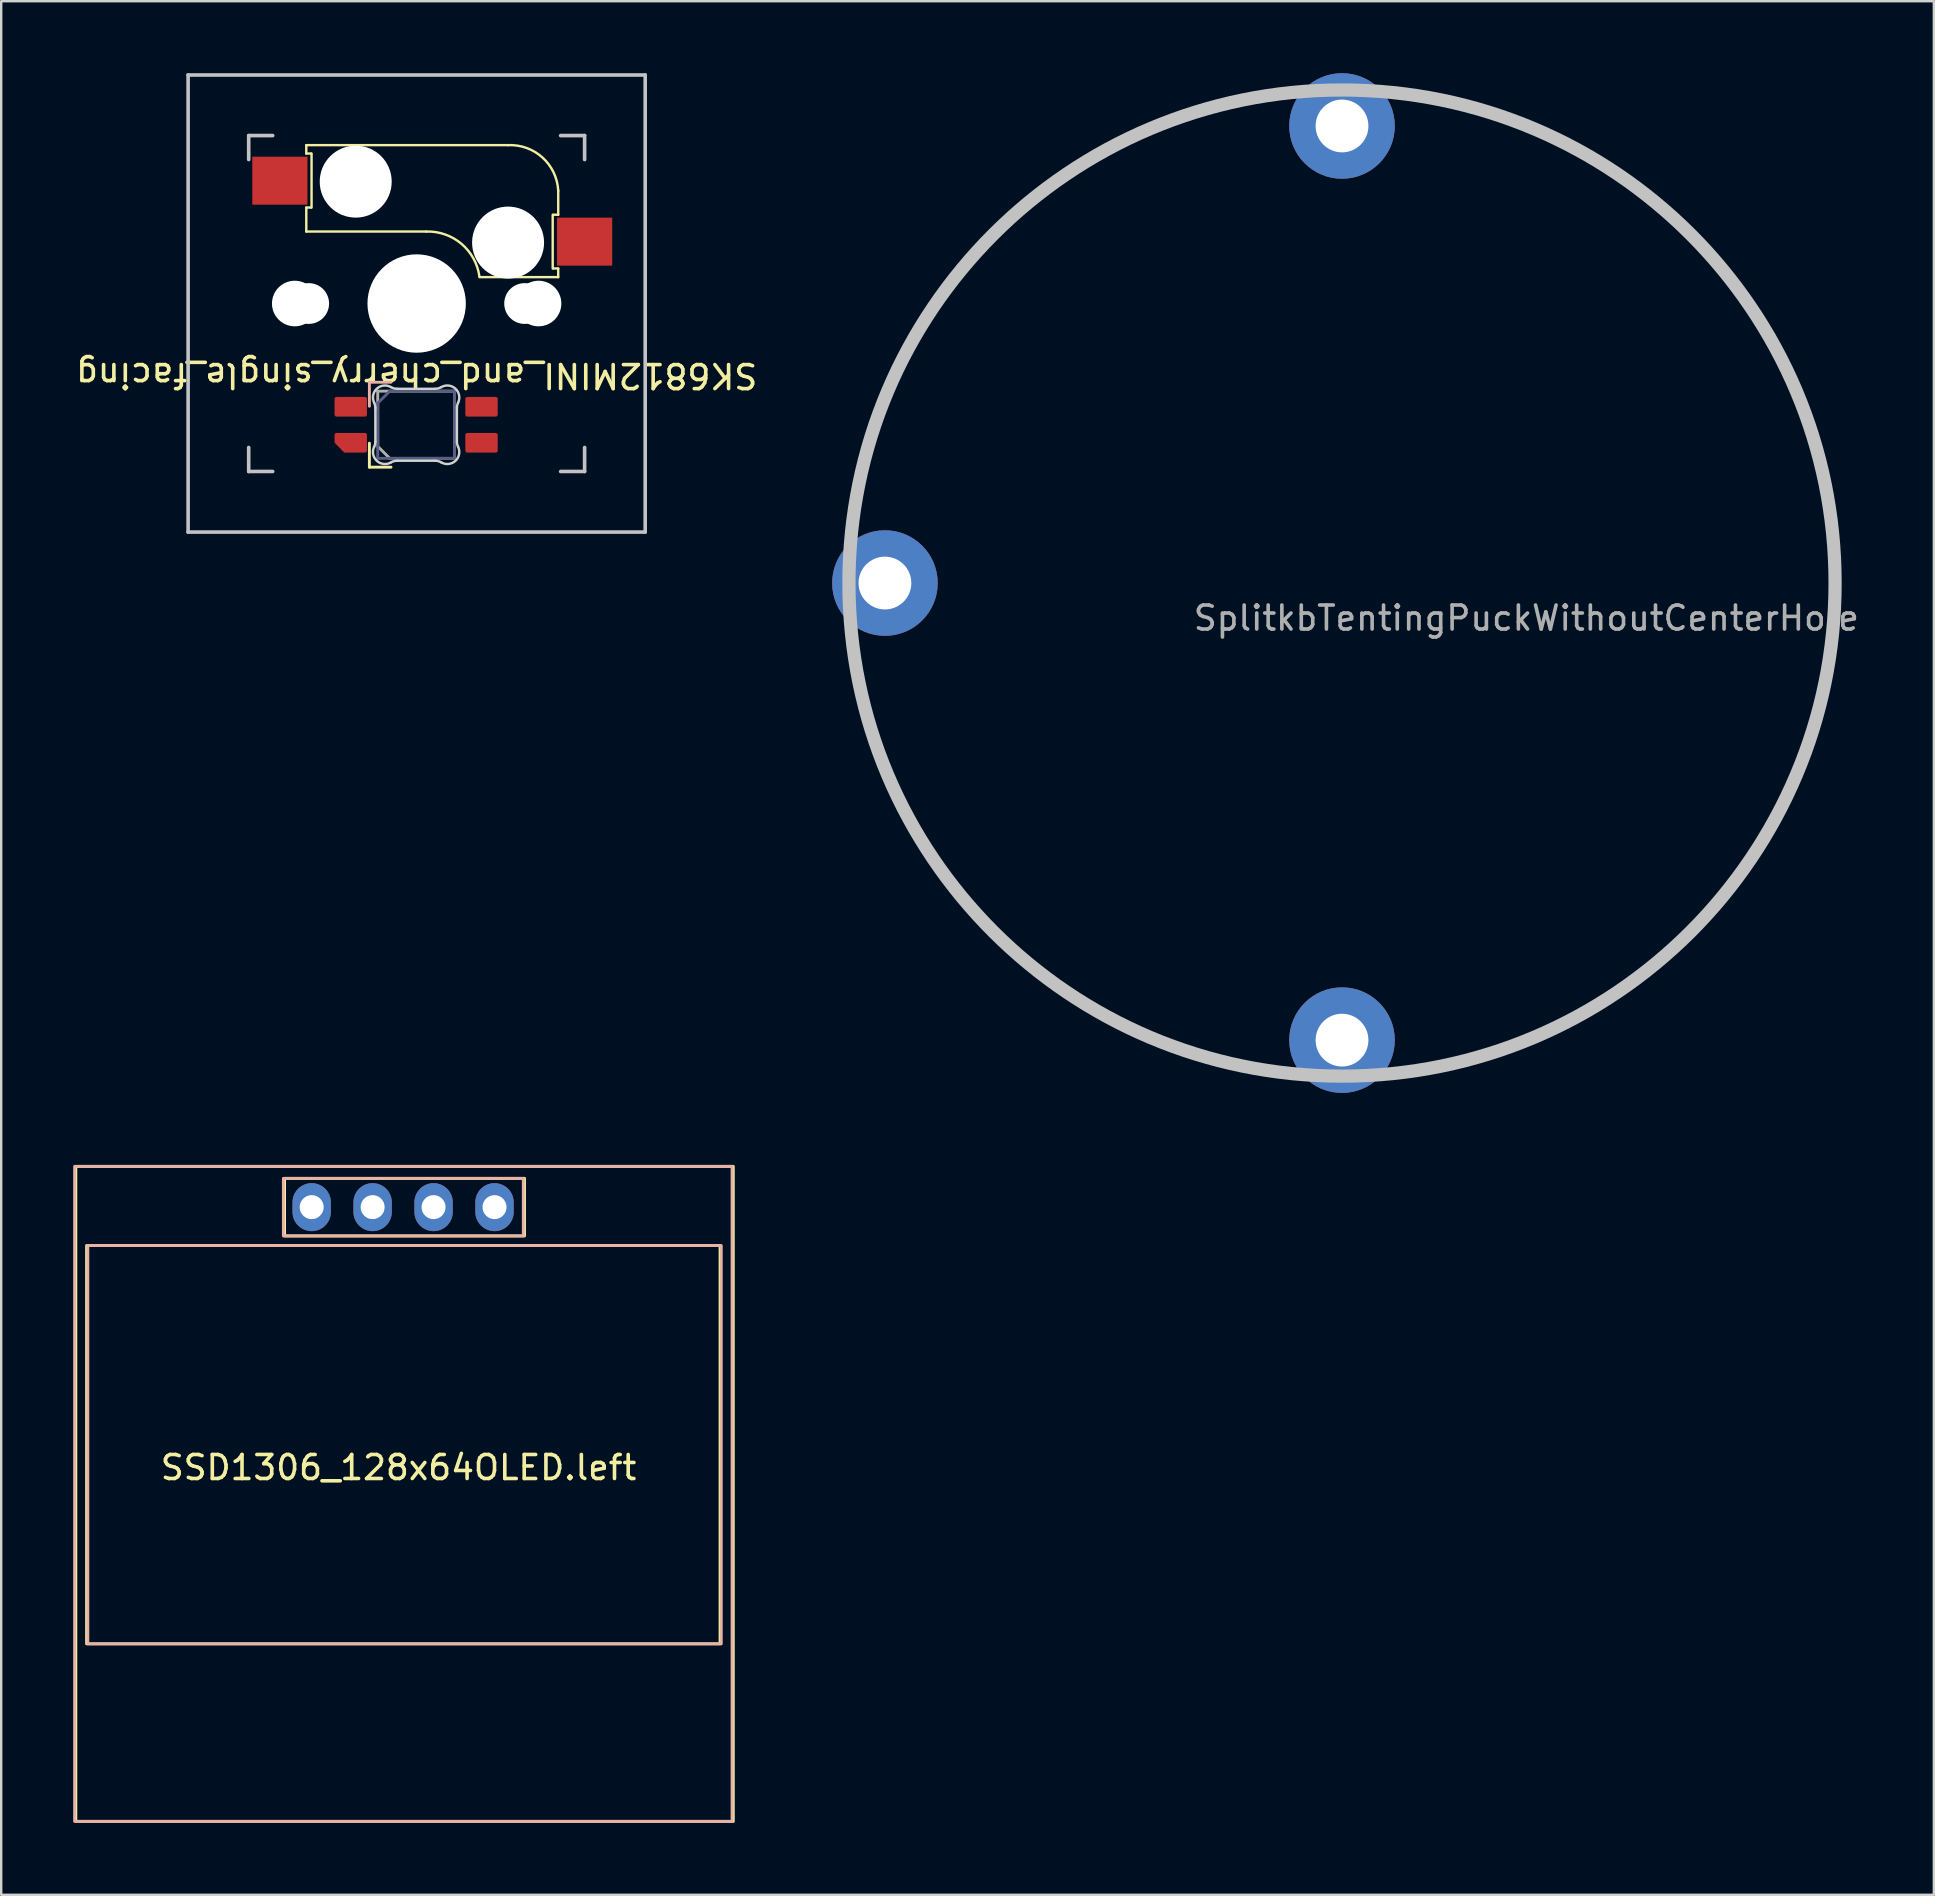
<source format=kicad_pcb>
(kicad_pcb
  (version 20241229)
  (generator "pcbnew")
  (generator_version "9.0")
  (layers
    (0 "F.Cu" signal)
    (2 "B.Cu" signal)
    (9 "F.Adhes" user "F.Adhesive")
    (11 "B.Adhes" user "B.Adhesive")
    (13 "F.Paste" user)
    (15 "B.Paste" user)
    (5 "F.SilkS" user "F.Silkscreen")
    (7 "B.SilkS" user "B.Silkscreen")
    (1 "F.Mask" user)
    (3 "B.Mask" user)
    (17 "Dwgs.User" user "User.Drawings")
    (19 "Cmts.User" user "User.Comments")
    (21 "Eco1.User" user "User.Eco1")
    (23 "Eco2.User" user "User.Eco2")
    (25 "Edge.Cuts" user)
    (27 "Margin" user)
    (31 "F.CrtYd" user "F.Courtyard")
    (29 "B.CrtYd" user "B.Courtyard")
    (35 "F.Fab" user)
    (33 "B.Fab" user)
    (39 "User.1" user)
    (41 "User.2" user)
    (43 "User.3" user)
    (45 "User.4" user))
  (footprint "SplitkbTentingPuckWithoutCenterHole"
    (layer "F.Cu")
    (at 52.881 21.25)
    (property "Reference" "SplitkbTentingPuckWithoutCenterHole" (at 7.684 1.46 0) (layer "F.Fab") (effects (font (size 1 1) (thickness 0.15))))
    (attr through_hole exclude_from_pos_files exclude_from_bom)
    (fp_arc (start -20.32 -2.8575) (mid -19.91151 -4.959786) (end -19.286134 -7.008048) (stroke (width 0.2) (type solid)) (layer "F.SilkS"))
    (fp_arc (start -19.286134 7.008047) (mid -19.91151 4.959786) (end -20.32 2.8575) (stroke (width 0.2) (type solid)) (layer "F.SilkS"))
    (fp_arc (start -7.008048 -19.286134) (mid -4.959786 -19.91151) (end -2.8575 -20.32) (stroke (width 0.2) (type solid)) (layer "F.SilkS"))
    (fp_arc (start -2.8575 20.32) (mid -4.959785 19.91151) (end -7.008046 19.286135) (stroke (width 0.2) (type solid)) (layer "F.SilkS"))
    (fp_arc (start 2.8575 -20.32) (mid 4.959786 -19.91151) (end 7.008047 -19.286134) (stroke (width 0.2) (type solid)) (layer "F.SilkS"))
    (fp_arc (start 7.008047 19.286134) (mid 4.959786 19.91151) (end 2.8575 20.32) (stroke (width 0.2) (type solid)) (layer "F.SilkS"))
    (fp_arc (start -20.32 -2.8575) (mid -19.91151 -4.959784) (end -19.286136 -7.008044) (stroke (width 0.2) (type solid)) (layer "B.SilkS"))
    (fp_arc (start -19.286135 7.008046) (mid -19.91151 4.959785) (end -20.32 2.8575) (stroke (width 0.2) (type solid)) (layer "B.SilkS"))
    (fp_arc (start -7.008046 -19.286135) (mid -4.959785 -19.91151) (end -2.8575 -20.32) (stroke (width 0.2) (type solid)) (layer "B.SilkS"))
    (fp_arc (start -2.8575 20.32) (mid -4.959785 19.91151) (end -7.008045 19.286135) (stroke (width 0.2) (type solid)) (layer "B.SilkS"))
    (fp_arc (start 2.8575 -20.32) (mid 4.959787 -19.91151) (end 7.008049 -19.286134) (stroke (width 0.2) (type solid)) (layer "B.SilkS"))
    (fp_arc (start 7.008045 19.286135) (mid 4.959785 19.91151) (end 2.8575 20.32) (stroke (width 0.2) (type solid)) (layer "B.SilkS"))
    (fp_circle (center 0 0) (end 20.55 0) (stroke (width 0.55) (type solid)) (fill no) (layer "Dwgs.User"))
    (pad "1" thru_hole circle (at -19.05 0) (size 4.4 4.4) (drill 2.2) (layers "*.Cu" "*.Mask"))
    (pad "1" thru_hole circle (at 0 -19.05) (size 4.4 4.4) (drill 2.2) (layers "*.Cu" "*.Mask"))
    (pad "1" thru_hole circle (at 0 19.05) (size 4.4 4.4) (drill 2.2) (layers "*.Cu" "*.Mask")))
  (footprint "SSD1306_128x64OLED.left"
    (layer "F.Cu")
    (at 13.56 57.86)
    (property "Reference" "SSD1306_128x64OLED.left" (at 0 0.254 0) (layer "F.SilkS") (effects (font (size 1 1) (thickness 0.15))))
    (attr through_hole)
    (fp_rect (start 5.25 -11.8) (end -4.75 -9.4) (stroke (width 0.12) (type solid)) (fill no) (layer "F.SilkS"))
    (fp_rect (start 13.4 -9) (end -13 7.6) (stroke (width 0.12) (type solid)) (fill no) (layer "F.SilkS"))
    (fp_rect (start 13.95 -12.3) (end -13.45 15) (stroke (width 0.12) (type solid)) (fill no) (layer "F.SilkS"))
    (fp_rect (start -13.5 -12.3) (end 13.9 15) (stroke (width 0.12) (type solid)) (fill no) (layer "B.SilkS"))
    (fp_rect (start -12.95 -9) (end 13.45 7.6) (stroke (width 0.12) (type solid)) (fill no) (layer "B.SilkS"))
    (fp_rect (start -4.8 -11.8) (end 5.2 -9.4) (stroke (width 0.12) (type solid)) (fill no) (layer "B.SilkS"))
    (pad "1" thru_hole oval (at -3.62 -10.6 90) (size 2 1.6) (drill 1) (layers "*.Cu" "*.Mask"))
    (pad "2" thru_hole oval (at -1.08 -10.6 90) (size 2 1.6) (drill 1) (layers "*.Cu" "*.Mask"))
    (pad "3" thru_hole oval (at 1.46 -10.6 90) (size 2 1.6) (drill 1) (layers "*.Cu" "*.Mask"))
    (pad "4" thru_hole oval (at 4 -10.6 90) (size 2 1.6) (drill 1) (layers "*.Cu" "*.Mask")))
  (footprint "SK6812MINI_and_cherry_single_facing"
    (layer "F.Cu")
    (at 14.315 9.6)
    (property "Reference" "SK6812MINI_and_cherry_single_facing" (at 0 3 180) (unlocked yes) (layer "F.SilkS") (effects (font (size 1 1) (thickness 0.15))))
    (attr through_hole)
    (fp_line (start -4.6 -6.6) (end 3.8 -6.6) (stroke (width 0.1) (type solid)) (layer "F.SilkS"))
    (fp_line (start -4.6 -6.25) (end -4.6 -6.6) (stroke (width 0.1) (type solid)) (layer "F.SilkS"))
    (fp_line (start -4.6 -4) (end -4.4 -4) (stroke (width 0.1) (type solid)) (layer "F.SilkS"))
    (fp_line (start -4.6 -3) (end -4.6 -4) (stroke (width 0.1) (type solid)) (layer "F.SilkS"))
    (fp_line (start -4.4 -6.25) (end -4.6 -6.25) (stroke (width 0.1) (type solid)) (layer "F.SilkS"))
    (fp_line (start -4.38 -4) (end -4.38 -6.25) (stroke (width 0.1) (type solid)) (layer "F.SilkS"))
    (fp_line (start -1.97 5.82) (end -1.97 6.82) (stroke (width 0.12) (type solid)) (layer "F.SilkS"))
    (fp_line (start -1.97 6.82) (end -1.07 6.82) (stroke (width 0.12) (type solid)) (layer "F.SilkS"))
    (fp_line (start 0.4 -3) (end -4.6 -3) (stroke (width 0.1) (type solid)) (layer "F.SilkS"))
    (fp_line (start 5.67 -3.7) (end 5.67 -1.46) (stroke (width 0.1) (type solid)) (layer "F.SilkS"))
    (fp_line (start 5.7 -1.46) (end 5.9 -1.46) (stroke (width 0.1) (type solid)) (layer "F.SilkS"))
    (fp_line (start 5.9 -4.7) (end 5.9 -3.7) (stroke (width 0.1) (type solid)) (layer "F.SilkS"))
    (fp_line (start 5.9 -3.7) (end 5.7 -3.7) (stroke (width 0.1) (type solid)) (layer "F.SilkS"))
    (fp_line (start 5.9 -1.1) (end 2.62 -1.1) (stroke (width 0.1) (type solid)) (layer "F.SilkS"))
    (fp_line (start 5.9 -1.1) (end 5.9 -1.46) (stroke (width 0.1) (type solid)) (layer "F.SilkS"))
    (fp_arc (start 0.4 -3) (mid 1.868709 -2.486118) (end 2.616318 -1.121471) (stroke (width 0.1) (type solid)) (layer "F.SilkS"))
    (fp_arc (start 3.8 -6.600001) (mid 5.243504 -6.084925) (end 5.900001 -4.7) (stroke (width 0.1) (type solid)) (layer "F.SilkS"))
    (fp_line (start -1.97 3.28) (end -1.07 3.28) (stroke (width 0.12) (type solid)) (layer "B.SilkS"))
    (fp_line (start -1.97 4.28) (end -1.97 3.28) (stroke (width 0.12) (type solid)) (layer "B.SilkS"))
    (fp_line (start -9.525 -9.525) (end 9.525 -9.525) (stroke (width 0.15) (type solid)) (layer "Dwgs.User"))
    (fp_line (start -9.525 9.525) (end -9.525 -9.525) (stroke (width 0.15) (type solid)) (layer "Dwgs.User"))
    (fp_line (start -7 -7) (end -6 -7) (stroke (width 0.15) (type solid)) (layer "Dwgs.User"))
    (fp_line (start -7 -6) (end -7 -7) (stroke (width 0.15) (type solid)) (layer "Dwgs.User"))
    (fp_line (start -7 6) (end -7 7) (stroke (width 0.15) (type solid)) (layer "Dwgs.User"))
    (fp_line (start -7 7) (end -6 7) (stroke (width 0.15) (type solid)) (layer "Dwgs.User"))
    (fp_line (start 6 7) (end 7 7) (stroke (width 0.15) (type solid)) (layer "Dwgs.User"))
    (fp_line (start 7 -7) (end 6 -7) (stroke (width 0.15) (type solid)) (layer "Dwgs.User"))
    (fp_line (start 7 -7) (end 7 -6) (stroke (width 0.15) (type solid)) (layer "Dwgs.User"))
    (fp_line (start 7 7) (end 7 6) (stroke (width 0.15) (type solid)) (layer "Dwgs.User"))
    (fp_line (start 9.525 -9.525) (end 9.525 9.525) (stroke (width 0.15) (type solid)) (layer "Dwgs.User"))
    (fp_line (start 9.525 9.525) (end -9.525 9.525) (stroke (width 0.15) (type solid)) (layer "Dwgs.User"))
    (fp_line (start -1.722 5.756) (end -1.722 4.35) (stroke (width 0.1) (type solid)) (layer "Edge.Cuts"))
    (fp_line (start 0.773 3.553) (end -0.816 3.553) (stroke (width 0.1) (type solid)) (layer "Edge.Cuts"))
    (fp_line (start 0.773 6.553) (end -0.816 6.553) (stroke (width 0.1) (type solid)) (layer "Edge.Cuts"))
    (fp_line (start 1.678 5.756) (end 1.678 4.35) (stroke (width 0.1) (type solid)) (layer "Edge.Cuts"))
    (fp_arc (start -1.77141 4.133123) (mid -1.734454 4.238775) (end -1.721925 4.350001) (stroke (width 0.1) (type solid)) (layer "Edge.Cuts"))
    (fp_arc (start -1.77141 4.133124) (mid -1.66 3.548806) (end -1.068637 3.484544) (stroke (width 0.1) (type solid)) (layer "Edge.Cuts"))
    (fp_arc (start -1.721925 5.755686) (mid -1.734454 5.866911) (end -1.77141 5.972563) (stroke (width 0.1) (type solid)) (layer "Edge.Cuts"))
    (fp_arc (start -1.068637 6.621142) (mid -1.659997 6.556877) (end -1.77141 5.972562) (stroke (width 0.1) (type solid)) (layer "Edge.Cuts"))
    (fp_arc (start -1.068637 6.621142) (mid -0.947049 6.570219) (end -0.816378 6.552843) (stroke (width 0.1) (type solid)) (layer "Edge.Cuts"))
    (fp_arc (start -0.816378 3.552843) (mid -0.947049 3.535466) (end -1.068637 3.484544) (stroke (width 0.1) (type solid)) (layer "Edge.Cuts"))
    (fp_arc (start 0.772527 6.552843) (mid 0.903197 6.57022) (end 1.024785 6.621142) (stroke (width 0.1) (type solid)) (layer "Edge.Cuts"))
    (fp_arc (start 1.024785 3.484544) (mid 0.903197 3.535465) (end 0.772527 3.552843) (stroke (width 0.1) (type solid)) (layer "Edge.Cuts"))
    (fp_arc (start 1.024785 3.484546) (mid 1.616148 3.548809) (end 1.727558 4.133123) (stroke (width 0.1) (type solid)) (layer "Edge.Cuts"))
    (fp_arc (start 1.678073 4.350001) (mid 1.690601 4.238775) (end 1.727558 4.133123) (stroke (width 0.1) (type solid)) (layer "Edge.Cuts"))
    (fp_arc (start 1.727558 5.972563) (mid 1.616145 6.556875) (end 1.024785 6.621142) (stroke (width 0.1) (type solid)) (layer "Edge.Cuts"))
    (fp_arc (start 1.727558 5.972563) (mid 1.690589 5.866914) (end 1.678073 5.755686) (stroke (width 0.1) (type solid)) (layer "Edge.Cuts"))
    (fp_line (start -1.622 4.153) (end -1.622 6.453) (stroke (width 0.12) (type solid)) (layer "B.Fab"))
    (fp_line (start -1.622 4.153) (end -1.122 3.653) (stroke (width 0.12) (type solid)) (layer "B.Fab"))
    (fp_line (start -1.622 6.453) (end 1.578 6.453) (stroke (width 0.12) (type solid)) (layer "B.Fab"))
    (fp_line (start 1.578 3.653) (end -1.122 3.653) (stroke (width 0.12) (type solid)) (layer "B.Fab"))
    (fp_line (start 1.578 6.453) (end 1.578 3.653) (stroke (width 0.12) (type solid)) (layer "B.Fab"))
    (fp_line (start -1.622 3.653) (end 1.578 3.653) (stroke (width 0.12) (type solid)) (layer "F.Fab"))
    (fp_line (start -1.622 5.953) (end -1.622 3.653) (stroke (width 0.12) (type solid)) (layer "F.Fab"))
    (fp_line (start -1.622 5.953) (end -1.122 6.453) (stroke (width 0.12) (type solid)) (layer "F.Fab"))
    (fp_line (start 1.578 3.653) (end 1.578 6.453) (stroke (width 0.12) (type solid)) (layer "F.Fab"))
    (fp_line (start 1.578 6.453) (end -1.122 6.453) (stroke (width 0.12) (type solid)) (layer "F.Fab"))
    (pad "" np_thru_hole circle (at -5.08 0) (size 1.9 1.9) (drill 1.9) (layers "*.Cu" "*.Mask"))
    (pad "" np_thru_hole circle (at -4.5 0) (size 1.7 1.7) (drill 1.7) (layers "*.Cu" "*.Mask"))
    (pad "" np_thru_hole circle (at -2.54 -5.08 180) (size 3 3) (drill 3) (layers "*.Cu" "*.Mask"))
    (pad "" np_thru_hole circle (at 0 0 90) (size 4.1 4.1) (drill 4.1) (layers "*.Cu" "*.Mask"))
    (pad "" np_thru_hole circle (at 3.81 -2.54 180) (size 3 3) (drill 3) (layers "*.Cu" "*.Mask"))
    (pad "" np_thru_hole circle (at 4.5 0) (size 1.7 1.7) (drill 1.7) (layers "*.Cu" "*.Mask"))
    (pad "" np_thru_hole circle (at 5.08 0) (size 1.9 1.9) (drill 1.9) (layers "*.Cu" "*.Mask"))
    (pad "1" smd roundrect (at 2.703 5.803 90) (size 0.82 1.35) (layers "F.Cu" "F.Mask" "F.Paste") (roundrect_rratio 0.1))
    (pad "2" smd roundrect (at -2.747 5.803 90) (size 0.82 1.35) (layers "F.Cu" "F.Mask" "F.Paste") (roundrect_rratio 0.1) (chamfer_ratio 0.5) (chamfer top_left))
    (pad "3" smd roundrect (at -2.747 4.303 90) (size 0.82 1.35) (layers "F.Cu" "F.Mask" "F.Paste") (roundrect_rratio 0.1))
    (pad "4" smd roundrect (at 2.703 4.303 90) (size 0.82 1.35) (layers "F.Cu" "F.Mask" "F.Paste") (roundrect_rratio 0.1))
    (pad "5" smd rect (at 7 -2.58 180) (size 2.3 2) (layers "F.Cu" "F.Mask" "F.Paste"))
    (pad "6" smd rect (at -5.7 -5.12 180) (size 2.3 2) (layers "F.Cu" "F.Mask" "F.Paste"))
    (zone (net_name "") (layers "F.Cu" "B.Cu") (name "CUTOUT") (hatch edge 0.5) (connect_pads) (min_thickness 0.25) (filled_areas_thickness no) (keepout (tracks not_allowed) (vias not_allowed) (pads not_allowed) (copperpour not_allowed) (footprints allowed)) (placement (enabled no)) (fill) (polygon (pts (xy 12.415 12.95) (xy 12.424 16.349) (xy 16.315 16.35) (xy 16.334 12.959) (xy 13.335 12.95)))))
  (gr_rect
    (start -3 -3)
    (end 77.547 75.92)
    (stroke (width 0.1) (type default))
    (fill no)
    (layer "Edge.Cuts")))
</source>
